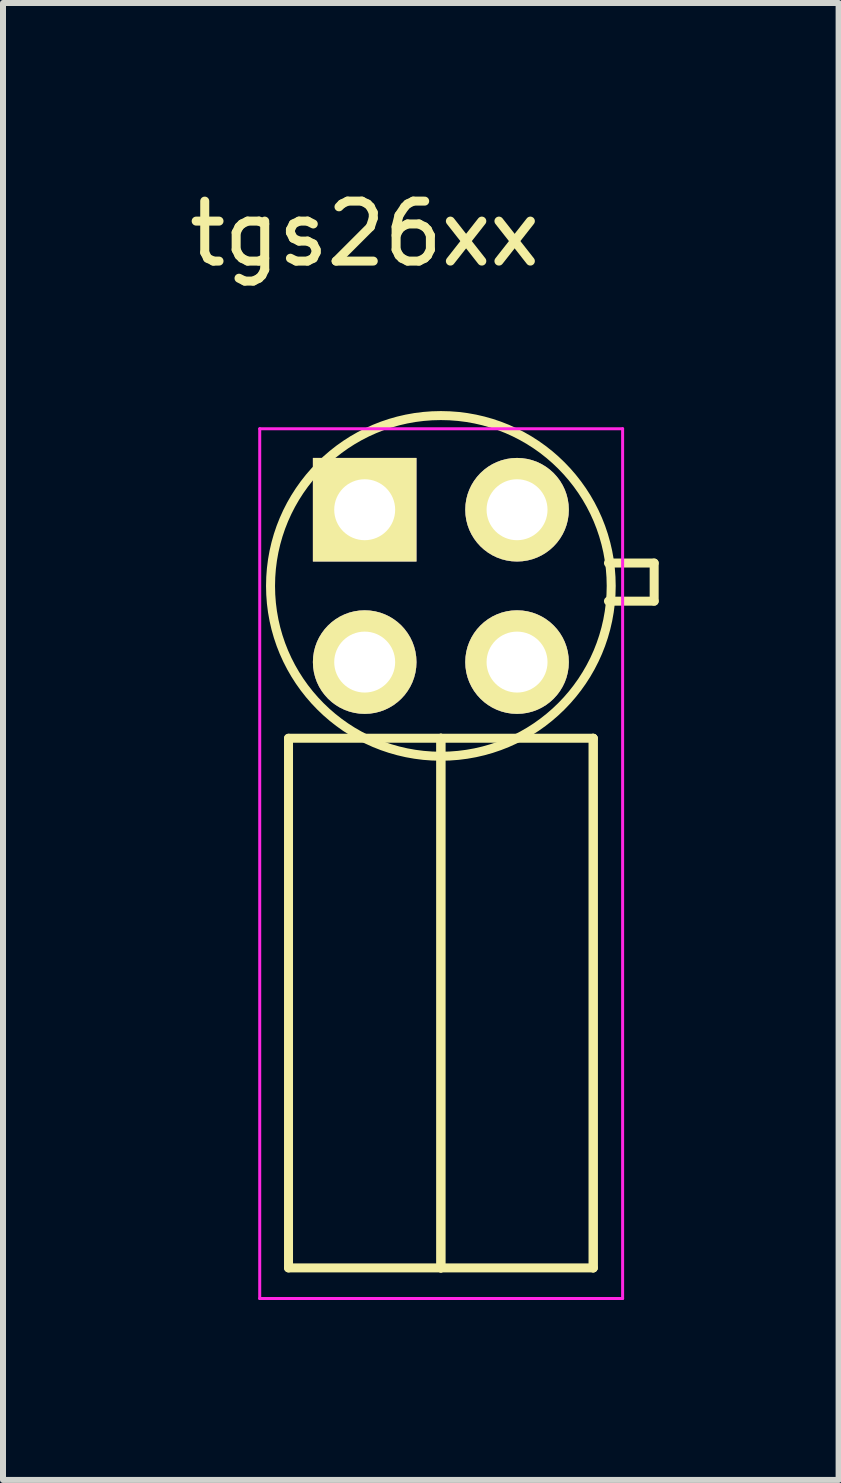
<source format=kicad_pcb>
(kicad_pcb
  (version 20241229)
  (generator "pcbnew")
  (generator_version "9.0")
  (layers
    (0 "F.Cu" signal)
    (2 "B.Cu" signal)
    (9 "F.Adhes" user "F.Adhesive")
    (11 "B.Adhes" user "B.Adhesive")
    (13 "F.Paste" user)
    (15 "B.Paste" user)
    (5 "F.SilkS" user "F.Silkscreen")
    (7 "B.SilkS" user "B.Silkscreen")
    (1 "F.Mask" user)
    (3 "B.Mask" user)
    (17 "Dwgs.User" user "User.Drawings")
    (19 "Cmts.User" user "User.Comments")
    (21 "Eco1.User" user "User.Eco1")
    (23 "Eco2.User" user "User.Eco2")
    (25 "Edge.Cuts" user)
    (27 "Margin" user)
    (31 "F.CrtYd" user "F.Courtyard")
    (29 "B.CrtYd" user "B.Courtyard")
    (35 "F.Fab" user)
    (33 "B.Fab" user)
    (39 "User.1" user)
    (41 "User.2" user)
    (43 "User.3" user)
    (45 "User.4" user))
  (footprint "tgs26xx"
    (layer "F.Cu")
    (at 3.03 5.448)
    (property "Reference" "tgs26xx" (at 0 -4.6 0) (layer "F.SilkS") (effects (font (size 1 1) (thickness 0.15))))
    (attr through_hole)
    (fp_line (start -1.27 3.81) (end -1.27 12.64) (stroke (width 0.15) (type solid)) (layer "F.SilkS"))
    (fp_line (start -1.27 3.81) (end 1.27 3.81) (stroke (width 0.15) (type solid)) (layer "F.SilkS"))
    (fp_line (start -1.27 12.64) (end 1.27 12.64) (stroke (width 0.15) (type solid)) (layer "F.SilkS"))
    (fp_line (start 1.27 3.81) (end 1.27 12.64) (stroke (width 0.15) (type solid)) (layer "F.SilkS"))
    (fp_line (start 1.27 3.81) (end 3.81 3.81) (stroke (width 0.15) (type solid)) (layer "F.SilkS"))
    (fp_line (start 1.27 12.64) (end 1.27 3.81) (stroke (width 0.15) (type solid)) (layer "F.SilkS"))
    (fp_line (start 1.27 12.64) (end 3.81 12.64) (stroke (width 0.15) (type solid)) (layer "F.SilkS"))
    (fp_line (start 3.81 3.81) (end 3.81 12.64) (stroke (width 0.15) (type solid)) (layer "F.SilkS"))
    (fp_line (start 3.81 12.64) (end 3.81 3.81) (stroke (width 0.15) (type solid)) (layer "F.SilkS"))
    (fp_line (start 4.064 0.889) (end 4.826 0.889) (stroke (width 0.15) (type solid)) (layer "F.SilkS"))
    (fp_line (start 4.826 0.889) (end 4.826 1.524) (stroke (width 0.15) (type solid)) (layer "F.SilkS"))
    (fp_line (start 4.826 1.524) (end 4.064 1.524) (stroke (width 0.15) (type solid)) (layer "F.SilkS"))
    (fp_circle (center 1.27 1.27) (end 3.81 2.54) (stroke (width 0.15) (type solid)) (fill no) (layer "F.SilkS"))
    (fp_line (start -1.75 -1.35) (end -1.75 13.15) (stroke (width 0.05) (type solid)) (layer "F.CrtYd"))
    (fp_line (start -1.75 -1.35) (end 4.3 -1.35) (stroke (width 0.05) (type solid)) (layer "F.CrtYd"))
    (fp_line (start -1.75 13.15) (end 4.3 13.15) (stroke (width 0.05) (type solid)) (layer "F.CrtYd"))
    (fp_line (start 4.3 -1.35) (end 4.3 13.15) (stroke (width 0.05) (type solid)) (layer "F.CrtYd"))
    (pad "1" thru_hole oval (at 2.54 0) (size 1.727 1.727) (drill 1.016) (layers "*.Cu" "*.Mask" "F.SilkS"))
    (pad "2" thru_hole rect (at 0 0) (size 1.727 1.727) (drill 1.016) (layers "*.Cu" "*.Mask" "F.SilkS"))
    (pad "3" thru_hole oval (at 0 2.54) (size 1.727 1.727) (drill 1.016) (layers "*.Cu" "*.Mask" "F.SilkS"))
    (pad "4" thru_hole oval (at 2.54 2.54) (size 1.727 1.727) (drill 1.016) (layers "*.Cu" "*.Mask" "F.SilkS")))
  (gr_rect
    (start -3 -3)
    (end 10.931 21.623)
    (stroke (width 0.1) (type default))
    (fill no)
    (layer "Edge.Cuts")))
</source>
